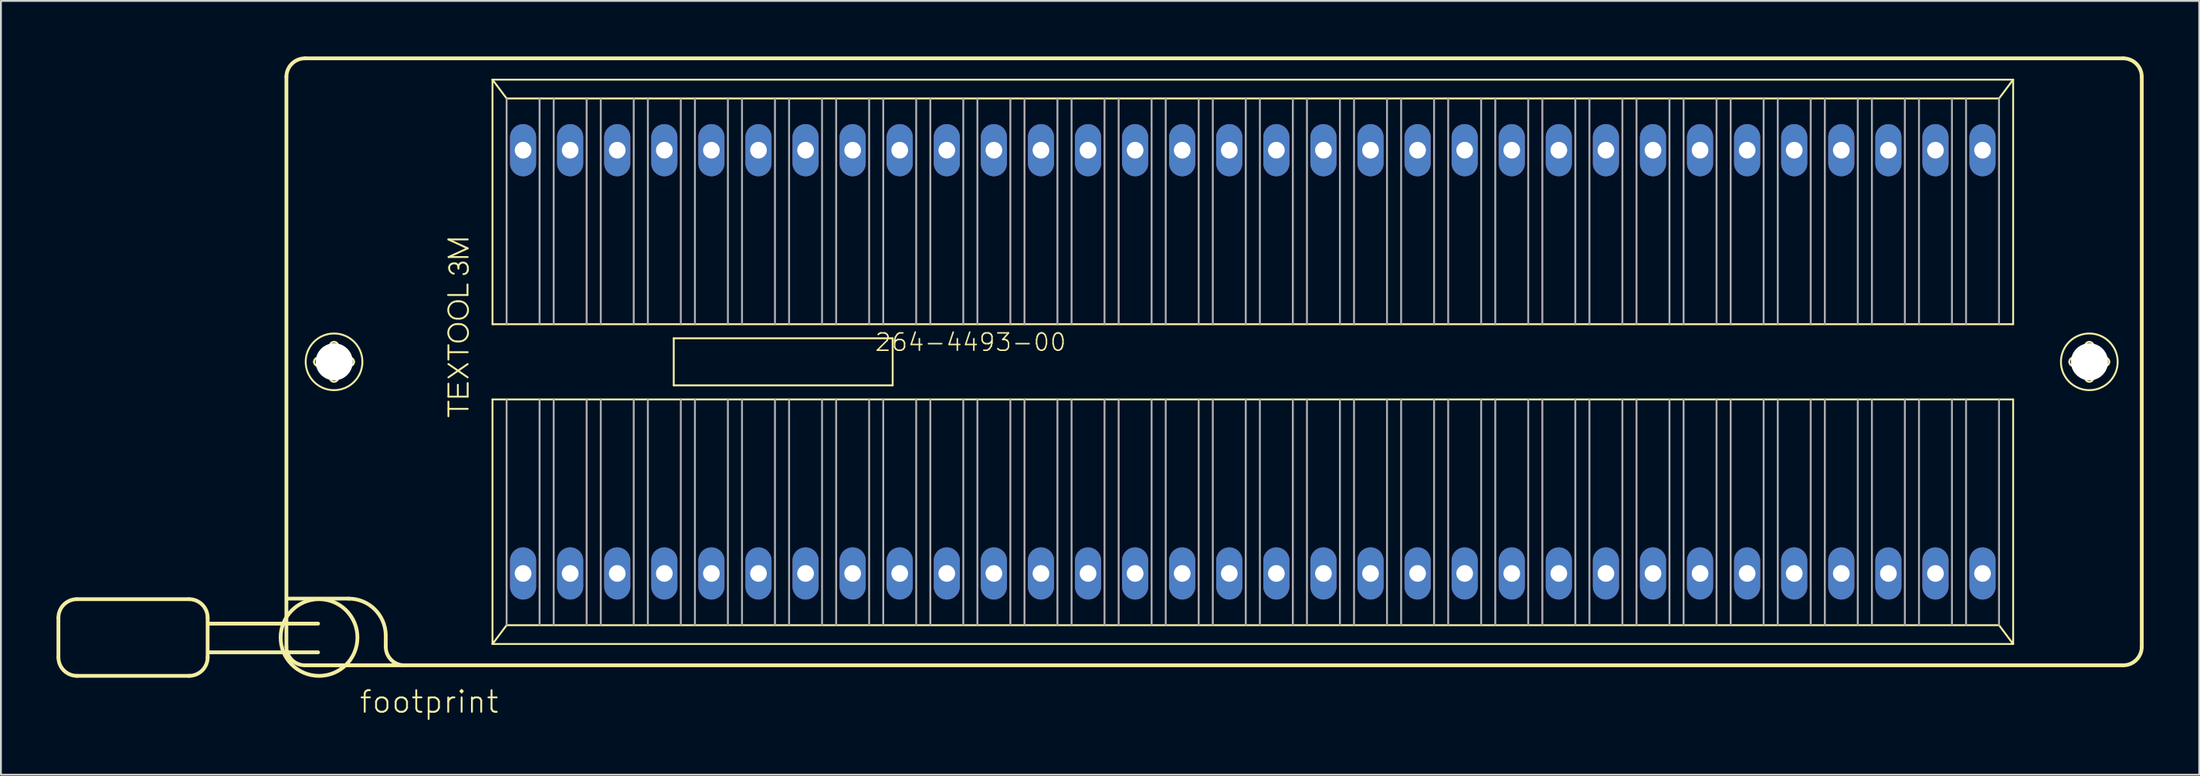
<source format=kicad_pcb>
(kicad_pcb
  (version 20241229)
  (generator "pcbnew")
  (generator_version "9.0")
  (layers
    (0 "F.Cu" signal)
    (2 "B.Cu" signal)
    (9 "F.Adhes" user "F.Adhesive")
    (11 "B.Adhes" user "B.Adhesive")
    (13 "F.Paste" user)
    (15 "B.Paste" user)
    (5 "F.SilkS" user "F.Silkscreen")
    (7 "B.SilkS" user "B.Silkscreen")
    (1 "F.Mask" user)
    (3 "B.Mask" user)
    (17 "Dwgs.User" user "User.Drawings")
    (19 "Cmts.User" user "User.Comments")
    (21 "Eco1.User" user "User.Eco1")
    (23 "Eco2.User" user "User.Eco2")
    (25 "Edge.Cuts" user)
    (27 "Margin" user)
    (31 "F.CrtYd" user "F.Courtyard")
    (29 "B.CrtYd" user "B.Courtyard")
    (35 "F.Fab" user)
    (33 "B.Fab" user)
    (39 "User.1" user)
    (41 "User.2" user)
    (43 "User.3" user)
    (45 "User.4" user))
  (footprint "footprint"
    (layer "F.Cu")
    (at 64.542 16.492)
    (property "Reference" "footprint" (at -48.26 19.05 0) (layer "F.SilkS") (effects (font (size 1.168 1.168) (thickness 0.102)) (justify left bottom)))
    (fp_line (start -64.44 13.82) (end -64.44 15.96) (stroke (width 0.203) (type solid)) (layer "F.SilkS"))
    (fp_line (start -63.44 12.82) (end -57.39 12.82) (stroke (width 0.203) (type solid)) (layer "F.SilkS"))
    (fp_line (start -57.39 16.96) (end -63.44 16.96) (stroke (width 0.203) (type solid)) (layer "F.SilkS"))
    (fp_line (start -56.39 13.82) (end -56.39 15.96) (stroke (width 0.203) (type solid)) (layer "F.SilkS"))
    (fp_line (start -52.14 15.39) (end -52.14 -15.39) (stroke (width 0.203) (type solid)) (layer "F.SilkS"))
    (fp_line (start -52.03 12.79) (end -48.78 12.79) (stroke (width 0.203) (type solid)) (layer "F.SilkS"))
    (fp_line (start -51.14 -16.39) (end 46.96 -16.39) (stroke (width 0.203) (type solid)) (layer "F.SilkS"))
    (fp_line (start -50.43 14.14) (end -56.34 14.14) (stroke (width 0.203) (type solid)) (layer "F.SilkS"))
    (fp_line (start -50.43 15.69) (end -56.34 15.69) (stroke (width 0.203) (type solid)) (layer "F.SilkS"))
    (fp_line (start -50.42 -0.23) (end -49.87 -0.23) (stroke (width 0.102) (type solid)) (layer "F.SilkS"))
    (fp_line (start -49.88 0.23) (end -50.42 0.23) (stroke (width 0.102) (type solid)) (layer "F.SilkS"))
    (fp_line (start -49.8 -0.31) (end -49.8 -0.85) (stroke (width 0.102) (type solid)) (layer "F.SilkS"))
    (fp_line (start -49.8 0.85) (end -49.8 0.3) (stroke (width 0.102) (type solid)) (layer "F.SilkS"))
    (fp_line (start -49.34 -0.85) (end -49.34 -0.3) (stroke (width 0.102) (type solid)) (layer "F.SilkS"))
    (fp_line (start -49.34 0.31) (end -49.34 0.85) (stroke (width 0.102) (type solid)) (layer "F.SilkS"))
    (fp_line (start -49.26 -0.23) (end -48.72 -0.23) (stroke (width 0.102) (type solid)) (layer "F.SilkS"))
    (fp_line (start -48.72 0.23) (end -49.27 0.23) (stroke (width 0.102) (type solid)) (layer "F.SilkS"))
    (fp_line (start -46.78 14.74) (end -46.78 15.39) (stroke (width 0.203) (type solid)) (layer "F.SilkS"))
    (fp_line (start -43.42 -3.61) (end -42.37 -3.61) (stroke (width 0.102) (type solid)) (layer "F.SilkS"))
    (fp_line (start -43.4 -6.61) (end -42.36 -6.61) (stroke (width 0.102) (type solid)) (layer "F.SilkS"))
    (fp_line (start -43.4 -0.12) (end -43.4 -0.9) (stroke (width 0.102) (type solid)) (layer "F.SilkS"))
    (fp_line (start -43.4 0.12) (end -42.36 0.84) (stroke (width 0.102) (type solid)) (layer "F.SilkS"))
    (fp_line (start -43.4 0.84) (end -42.36 0.12) (stroke (width 0.102) (type solid)) (layer "F.SilkS"))
    (fp_line (start -43.4 1.18) (end -43.4 1.88) (stroke (width 0.102) (type solid)) (layer "F.SilkS"))
    (fp_line (start -43.4 1.88) (end -42.36 1.88) (stroke (width 0.102) (type solid)) (layer "F.SilkS"))
    (fp_line (start -43.4 2.94) (end -43.4 2.15) (stroke (width 0.102) (type solid)) (layer "F.SilkS"))
    (fp_line (start -43.39 -5.66) (end -42.36 -6.13) (stroke (width 0.102) (type solid)) (layer "F.SilkS"))
    (fp_line (start -43.39 2.54) (end -42.36 2.54) (stroke (width 0.102) (type solid)) (layer "F.SilkS"))
    (fp_line (start -43.38 -0.52) (end -42.36 -0.52) (stroke (width 0.102) (type solid)) (layer "F.SilkS"))
    (fp_line (start -42.94 -3.27) (end -42.81 -3.27) (stroke (width 0.102) (type solid)) (layer "F.SilkS"))
    (fp_line (start -42.94 -2.33) (end -42.81 -2.33) (stroke (width 0.102) (type solid)) (layer "F.SilkS"))
    (fp_line (start -42.94 -2.04) (end -42.81 -2.04) (stroke (width 0.102) (type solid)) (layer "F.SilkS"))
    (fp_line (start -42.94 -1.1) (end -42.81 -1.1) (stroke (width 0.102) (type solid)) (layer "F.SilkS"))
    (fp_line (start -42.89 1.24) (end -42.89 1.84) (stroke (width 0.102) (type solid)) (layer "F.SilkS"))
    (fp_line (start -42.86 -5.03) (end -42.86 -5.12) (stroke (width 0.102) (type solid)) (layer "F.SilkS"))
    (fp_line (start -42.37 -3.61) (end -42.37 -4.18) (stroke (width 0.102) (type solid)) (layer "F.SilkS"))
    (fp_line (start -42.36 -6.13) (end -43.4 -6.61) (stroke (width 0.102) (type solid)) (layer "F.SilkS"))
    (fp_line (start -42.36 -5.66) (end -43.39 -5.66) (stroke (width 0.102) (type solid)) (layer "F.SilkS"))
    (fp_line (start -42.36 1.88) (end -42.36 1.15) (stroke (width 0.102) (type solid)) (layer "F.SilkS"))
    (fp_line (start -41.021 -15.24) (end 41.021 -15.24) (stroke (width 0.102) (type solid)) (layer "F.SilkS"))
    (fp_line (start -41.021 -2.032) (end -41.021 -15.24) (stroke (width 0.102) (type solid)) (layer "F.SilkS"))
    (fp_line (start -41.021 2.032) (end 41.021 2.032) (stroke (width 0.102) (type solid)) (layer "F.SilkS"))
    (fp_line (start -41.021 15.24) (end -41.021 2.032) (stroke (width 0.102) (type solid)) (layer "F.SilkS"))
    (fp_line (start -41.021 15.24) (end -40.259 14.224) (stroke (width 0.102) (type solid)) (layer "F.SilkS"))
    (fp_line (start -40.259 -14.224) (end -41.021 -15.24) (stroke (width 0.102) (type solid)) (layer "F.SilkS"))
    (fp_line (start -40.259 14.224) (end 40.259 14.224) (stroke (width 0.102) (type solid)) (layer "F.SilkS"))
    (fp_line (start -31.242 -1.27) (end -19.431 -1.27) (stroke (width 0.102) (type solid)) (layer "F.SilkS"))
    (fp_line (start -31.242 1.27) (end -31.242 -1.27) (stroke (width 0.102) (type solid)) (layer "F.SilkS"))
    (fp_line (start -19.431 -1.27) (end -19.431 1.27) (stroke (width 0.102) (type solid)) (layer "F.SilkS"))
    (fp_line (start -19.431 1.27) (end -31.242 1.27) (stroke (width 0.102) (type solid)) (layer "F.SilkS"))
    (fp_line (start 40.259 -14.224) (end -40.259 -14.224) (stroke (width 0.102) (type solid)) (layer "F.SilkS"))
    (fp_line (start 40.259 14.224) (end 41.021 15.24) (stroke (width 0.102) (type solid)) (layer "F.SilkS"))
    (fp_line (start 41.021 -15.24) (end 40.259 -14.224) (stroke (width 0.102) (type solid)) (layer "F.SilkS"))
    (fp_line (start 41.021 -15.24) (end 41.021 -2.032) (stroke (width 0.102) (type solid)) (layer "F.SilkS"))
    (fp_line (start 41.021 -2.032) (end -41.021 -2.032) (stroke (width 0.102) (type solid)) (layer "F.SilkS"))
    (fp_line (start 41.021 2.032) (end 41.021 15.24) (stroke (width 0.102) (type solid)) (layer "F.SilkS"))
    (fp_line (start 41.021 15.24) (end -41.021 15.24) (stroke (width 0.102) (type solid)) (layer "F.SilkS"))
    (fp_line (start 44.28 -0.23) (end 44.83 -0.23) (stroke (width 0.102) (type solid)) (layer "F.SilkS"))
    (fp_line (start 44.82 0.23) (end 44.28 0.23) (stroke (width 0.102) (type solid)) (layer "F.SilkS"))
    (fp_line (start 44.9 -0.31) (end 44.9 -0.85) (stroke (width 0.102) (type solid)) (layer "F.SilkS"))
    (fp_line (start 44.9 0.85) (end 44.9 0.3) (stroke (width 0.102) (type solid)) (layer "F.SilkS"))
    (fp_line (start 45.36 -0.85) (end 45.36 -0.3) (stroke (width 0.102) (type solid)) (layer "F.SilkS"))
    (fp_line (start 45.36 0.31) (end 45.36 0.85) (stroke (width 0.102) (type solid)) (layer "F.SilkS"))
    (fp_line (start 45.44 -0.23) (end 45.98 -0.23) (stroke (width 0.102) (type solid)) (layer "F.SilkS"))
    (fp_line (start 45.98 0.23) (end 45.43 0.23) (stroke (width 0.102) (type solid)) (layer "F.SilkS"))
    (fp_line (start 46.96 16.39) (end -51.14 16.39) (stroke (width 0.203) (type solid)) (layer "F.SilkS"))
    (fp_line (start 47.96 -15.39) (end 47.96 15.39) (stroke (width 0.203) (type solid)) (layer "F.SilkS"))
    (fp_arc (start -64.44 13.82) (mid -64.147107 13.112893) (end -63.44 12.82) (stroke (width 0.2032) (type solid)) (layer "F.SilkS"))
    (fp_arc (start -63.44 16.96) (mid -64.147107 16.667107) (end -64.44 15.96) (stroke (width 0.2032) (type solid)) (layer "F.SilkS"))
    (fp_arc (start -57.39 12.82) (mid -56.682893 13.112893) (end -56.39 13.82) (stroke (width 0.2032) (type solid)) (layer "F.SilkS"))
    (fp_arc (start -56.39 15.96) (mid -56.682893 16.667107) (end -57.39 16.96) (stroke (width 0.2032) (type solid)) (layer "F.SilkS"))
    (fp_arc (start -52.14 -15.39) (mid -51.847107 -16.097107) (end -51.14 -16.39) (stroke (width 0.2032) (type solid)) (layer "F.SilkS"))
    (fp_arc (start -51.14 16.39) (mid -51.847107 16.097107) (end -52.14 15.39) (stroke (width 0.2032) (type solid)) (layer "F.SilkS"))
    (fp_arc (start -50.65 0) (mid -50.582635 -0.162635) (end -50.42 -0.23) (stroke (width 0.1016) (type solid)) (layer "F.SilkS"))
    (fp_arc (start -50.42 0.23) (mid -50.582635 0.162635) (end -50.65 0) (stroke (width 0.1016) (type solid)) (layer "F.SilkS"))
    (fp_arc (start -49.88 0.23) (mid -49.830503 0.250503) (end -49.81 0.3) (stroke (width 0.1016) (type solid)) (layer "F.SilkS"))
    (fp_arc (start -49.8 -0.85) (mid -49.732635 -1.012635) (end -49.57 -1.08) (stroke (width 0.1016) (type solid)) (layer "F.SilkS"))
    (fp_arc (start -49.8 -0.3) (mid -49.820503 -0.250503) (end -49.87 -0.23) (stroke (width 0.1016) (type solid)) (layer "F.SilkS"))
    (fp_arc (start -49.57 -1.08) (mid -49.407365 -1.012635) (end -49.34 -0.85) (stroke (width 0.1016) (type solid)) (layer "F.SilkS"))
    (fp_arc (start -49.57 1.08) (mid -49.732635 1.012635) (end -49.8 0.85) (stroke (width 0.1016) (type solid)) (layer "F.SilkS"))
    (fp_arc (start -49.34 0.3) (mid -49.319497 0.250503) (end -49.27 0.23) (stroke (width 0.1016) (type solid)) (layer "F.SilkS"))
    (fp_arc (start -49.34 0.85) (mid -49.407365 1.012635) (end -49.57 1.08) (stroke (width 0.1016) (type solid)) (layer "F.SilkS"))
    (fp_arc (start -49.27 -0.23) (mid -49.319497 -0.250503) (end -49.34 -0.3) (stroke (width 0.1016) (type solid)) (layer "F.SilkS"))
    (fp_arc (start -48.78 12.79) (mid -47.383341 13.358169) (end -46.78 14.739998) (stroke (width 0.2032) (type solid)) (layer "F.SilkS"))
    (fp_arc (start -48.72 -0.23) (mid -48.557365 -0.162635) (end -48.49 0) (stroke (width 0.1016) (type solid)) (layer "F.SilkS"))
    (fp_arc (start -48.49 0) (mid -48.557365 0.162635) (end -48.72 0.23) (stroke (width 0.1016) (type solid)) (layer "F.SilkS"))
    (fp_arc (start -45.729998 16.389999) (mid -46.469284 16.115) (end -46.78 15.39) (stroke (width 0.2032) (type solid)) (layer "F.SilkS"))
    (fp_arc (start -43.36 -5.109999) (mid -43.324621 -5.207696) (end -43.25 -5.28) (stroke (width 0.1016) (type solid)) (layer "F.SilkS"))
    (fp_arc (start -43.25 -5.28) (mid -43.117382 -5.322157) (end -42.98 -5.3) (stroke (width 0.1016) (type solid)) (layer "F.SilkS"))
    (fp_arc (start -43.110001 -4.759999) (mid -43.30297 -4.88645) (end -43.36 -5.11) (stroke (width 0.1016) (type solid)) (layer "F.SilkS"))
    (fp_arc (start -42.980001 -5.299999) (mid -42.892751 -5.228166) (end -42.86 -5.12) (stroke (width 0.1016) (type solid)) (layer "F.SilkS"))
    (fp_arc (start -42.94 -2.33) (mid -43.41 -2.8) (end -42.94 -3.27) (stroke (width 0.1016) (type solid)) (layer "F.SilkS"))
    (fp_arc (start -42.94 -1.1) (mid -43.41 -1.57) (end -42.94 -2.04) (stroke (width 0.1016) (type solid)) (layer "F.SilkS"))
    (fp_arc (start -42.86 -5.12) (mid -42.82789 -5.240938) (end -42.739999 -5.330001) (stroke (width 0.1016) (type solid)) (layer "F.SilkS"))
    (fp_arc (start -42.81 -3.27) (mid -42.34 -2.8) (end -42.81 -2.33) (stroke (width 0.1016) (type solid)) (layer "F.SilkS"))
    (fp_arc (start -42.81 -2.04) (mid -42.34 -1.57) (end -42.81 -1.1) (stroke (width 0.1016) (type solid)) (layer "F.SilkS"))
    (fp_arc (start -42.74 -5.33) (mid -42.596885 -5.363595) (end -42.459999 -5.309999) (stroke (width 0.1016) (type solid)) (layer "F.SilkS"))
    (fp_arc (start -42.46 -5.31) (mid -42.385084 -5.220954) (end -42.35 -5.110001) (stroke (width 0.1016) (type solid)) (layer "F.SilkS"))
    (fp_arc (start -42.36 -4.92) (mid -42.442524 -4.788503) (end -42.59 -4.740001) (stroke (width 0.1016) (type solid)) (layer "F.SilkS"))
    (fp_arc (start -42.35 -5.11) (mid -42.347277 -5.014593) (end -42.36 -4.92) (stroke (width 0.1016) (type solid)) (layer "F.SilkS"))
    (fp_arc (start 44.05 0) (mid 44.117365 -0.162635) (end 44.28 -0.23) (stroke (width 0.1016) (type solid)) (layer "F.SilkS"))
    (fp_arc (start 44.28 0.23) (mid 44.117365 0.162635) (end 44.05 0) (stroke (width 0.1016) (type solid)) (layer "F.SilkS"))
    (fp_arc (start 44.82 0.23) (mid 44.869497 0.250503) (end 44.89 0.3) (stroke (width 0.1016) (type solid)) (layer "F.SilkS"))
    (fp_arc (start 44.9 -0.85) (mid 44.967365 -1.012635) (end 45.13 -1.08) (stroke (width 0.1016) (type solid)) (layer "F.SilkS"))
    (fp_arc (start 44.9 -0.3) (mid 44.879497 -0.250503) (end 44.83 -0.23) (stroke (width 0.1016) (type solid)) (layer "F.SilkS"))
    (fp_arc (start 45.13 -1.08) (mid 45.292635 -1.012635) (end 45.36 -0.85) (stroke (width 0.1016) (type solid)) (layer "F.SilkS"))
    (fp_arc (start 45.13 1.08) (mid 44.967365 1.012635) (end 44.9 0.85) (stroke (width 0.1016) (type solid)) (layer "F.SilkS"))
    (fp_arc (start 45.36 0.3) (mid 45.380503 0.250503) (end 45.43 0.23) (stroke (width 0.1016) (type solid)) (layer "F.SilkS"))
    (fp_arc (start 45.36 0.85) (mid 45.292635 1.012635) (end 45.13 1.08) (stroke (width 0.1016) (type solid)) (layer "F.SilkS"))
    (fp_arc (start 45.43 -0.23) (mid 45.380503 -0.250503) (end 45.36 -0.3) (stroke (width 0.1016) (type solid)) (layer "F.SilkS"))
    (fp_arc (start 45.98 -0.23) (mid 46.142635 -0.162635) (end 46.21 0) (stroke (width 0.1016) (type solid)) (layer "F.SilkS"))
    (fp_arc (start 46.21 0) (mid 46.142635 0.162635) (end 45.98 0.23) (stroke (width 0.1016) (type solid)) (layer "F.SilkS"))
    (fp_arc (start 46.96 -16.39) (mid 47.667107 -16.097107) (end 47.96 -15.39) (stroke (width 0.2032) (type solid)) (layer "F.SilkS"))
    (fp_arc (start 47.96 15.39) (mid 47.667107 16.097107) (end 46.96 16.39) (stroke (width 0.2032) (type solid)) (layer "F.SilkS"))
    (fp_circle (center -50.38 14.89) (end -48.308 14.89) (stroke (width 0.203) (type solid)) (fill no) (layer "F.SilkS"))
    (fp_circle (center -49.57 0) (end -48.04 0) (stroke (width 0.102) (type solid)) (fill no) (layer "F.SilkS"))
    (fp_circle (center 45.13 0) (end 46.66 0) (stroke (width 0.102) (type solid)) (fill no) (layer "F.SilkS"))
    (fp_line (start -40.259 -14.224) (end -40.259 -2.032) (stroke (width 0.102) (type solid)) (layer "F.Fab"))
    (fp_line (start -40.259 2.032) (end -40.259 14.224) (stroke (width 0.102) (type solid)) (layer "F.Fab"))
    (fp_line (start -38.481 -2.032) (end -38.481 -14.224) (stroke (width 0.102) (type solid)) (layer "F.Fab"))
    (fp_line (start -38.481 2.032) (end -38.481 14.224) (stroke (width 0.102) (type solid)) (layer "F.Fab"))
    (fp_line (start -37.719 -2.032) (end -37.719 -14.224) (stroke (width 0.102) (type solid)) (layer "F.Fab"))
    (fp_line (start -37.719 2.032) (end -37.719 14.224) (stroke (width 0.102) (type solid)) (layer "F.Fab"))
    (fp_line (start -35.941 -2.032) (end -35.941 -14.224) (stroke (width 0.102) (type solid)) (layer "F.Fab"))
    (fp_line (start -35.941 2.032) (end -35.941 14.224) (stroke (width 0.102) (type solid)) (layer "F.Fab"))
    (fp_line (start -35.179 -2.032) (end -35.179 -14.224) (stroke (width 0.102) (type solid)) (layer "F.Fab"))
    (fp_line (start -35.179 2.032) (end -35.179 14.224) (stroke (width 0.102) (type solid)) (layer "F.Fab"))
    (fp_line (start -33.401 -2.032) (end -33.401 -14.224) (stroke (width 0.102) (type solid)) (layer "F.Fab"))
    (fp_line (start -33.401 2.032) (end -33.401 14.224) (stroke (width 0.102) (type solid)) (layer "F.Fab"))
    (fp_line (start -32.639 -2.032) (end -32.639 -14.224) (stroke (width 0.102) (type solid)) (layer "F.Fab"))
    (fp_line (start -32.639 2.032) (end -32.639 14.224) (stroke (width 0.102) (type solid)) (layer "F.Fab"))
    (fp_line (start -30.861 -2.032) (end -30.861 -14.224) (stroke (width 0.102) (type solid)) (layer "F.Fab"))
    (fp_line (start -30.861 2.032) (end -30.861 14.224) (stroke (width 0.102) (type solid)) (layer "F.Fab"))
    (fp_line (start -30.099 -2.032) (end -30.099 -14.224) (stroke (width 0.102) (type solid)) (layer "F.Fab"))
    (fp_line (start -30.099 2.032) (end -30.099 14.224) (stroke (width 0.102) (type solid)) (layer "F.Fab"))
    (fp_line (start -28.321 -2.032) (end -28.321 -14.224) (stroke (width 0.102) (type solid)) (layer "F.Fab"))
    (fp_line (start -28.321 2.032) (end -28.321 14.224) (stroke (width 0.102) (type solid)) (layer "F.Fab"))
    (fp_line (start -27.559 -2.032) (end -27.559 -14.224) (stroke (width 0.102) (type solid)) (layer "F.Fab"))
    (fp_line (start -27.559 2.032) (end -27.559 14.224) (stroke (width 0.102) (type solid)) (layer "F.Fab"))
    (fp_line (start -25.781 -2.032) (end -25.781 -14.224) (stroke (width 0.102) (type solid)) (layer "F.Fab"))
    (fp_line (start -25.781 2.032) (end -25.781 14.224) (stroke (width 0.102) (type solid)) (layer "F.Fab"))
    (fp_line (start -25.019 -2.032) (end -25.019 -14.224) (stroke (width 0.102) (type solid)) (layer "F.Fab"))
    (fp_line (start -25.019 2.032) (end -25.019 14.224) (stroke (width 0.102) (type solid)) (layer "F.Fab"))
    (fp_line (start -23.241 -2.032) (end -23.241 -14.224) (stroke (width 0.102) (type solid)) (layer "F.Fab"))
    (fp_line (start -23.241 2.032) (end -23.241 14.224) (stroke (width 0.102) (type solid)) (layer "F.Fab"))
    (fp_line (start -22.479 -2.032) (end -22.479 -14.224) (stroke (width 0.102) (type solid)) (layer "F.Fab"))
    (fp_line (start -22.479 2.032) (end -22.479 14.224) (stroke (width 0.102) (type solid)) (layer "F.Fab"))
    (fp_line (start -20.701 -2.032) (end -20.701 -14.224) (stroke (width 0.102) (type solid)) (layer "F.Fab"))
    (fp_line (start -20.701 2.032) (end -20.701 14.224) (stroke (width 0.102) (type solid)) (layer "F.Fab"))
    (fp_line (start -19.939 -2.032) (end -19.939 -14.224) (stroke (width 0.102) (type solid)) (layer "F.Fab"))
    (fp_line (start -19.939 2.032) (end -19.939 14.224) (stroke (width 0.102) (type solid)) (layer "F.Fab"))
    (fp_line (start -18.161 -2.032) (end -18.161 -14.224) (stroke (width 0.102) (type solid)) (layer "F.Fab"))
    (fp_line (start -18.161 2.032) (end -18.161 14.224) (stroke (width 0.102) (type solid)) (layer "F.Fab"))
    (fp_line (start -17.399 -2.032) (end -17.399 -14.224) (stroke (width 0.102) (type solid)) (layer "F.Fab"))
    (fp_line (start -17.399 2.032) (end -17.399 14.224) (stroke (width 0.102) (type solid)) (layer "F.Fab"))
    (fp_line (start -15.621 -2.032) (end -15.621 -14.224) (stroke (width 0.102) (type solid)) (layer "F.Fab"))
    (fp_line (start -15.621 2.032) (end -15.621 14.224) (stroke (width 0.102) (type solid)) (layer "F.Fab"))
    (fp_line (start -14.859 -2.032) (end -14.859 -14.224) (stroke (width 0.102) (type solid)) (layer "F.Fab"))
    (fp_line (start -14.859 2.032) (end -14.859 14.224) (stroke (width 0.102) (type solid)) (layer "F.Fab"))
    (fp_line (start -13.081 -2.032) (end -13.081 -14.224) (stroke (width 0.102) (type solid)) (layer "F.Fab"))
    (fp_line (start -13.081 2.032) (end -13.081 14.224) (stroke (width 0.102) (type solid)) (layer "F.Fab"))
    (fp_line (start -12.319 -2.032) (end -12.319 -14.224) (stroke (width 0.102) (type solid)) (layer "F.Fab"))
    (fp_line (start -12.319 2.032) (end -12.319 14.224) (stroke (width 0.102) (type solid)) (layer "F.Fab"))
    (fp_line (start -10.541 -2.032) (end -10.541 -14.224) (stroke (width 0.102) (type solid)) (layer "F.Fab"))
    (fp_line (start -10.541 2.032) (end -10.541 14.224) (stroke (width 0.102) (type solid)) (layer "F.Fab"))
    (fp_line (start -9.779 -2.032) (end -9.779 -14.224) (stroke (width 0.102) (type solid)) (layer "F.Fab"))
    (fp_line (start -9.779 2.032) (end -9.779 14.224) (stroke (width 0.102) (type solid)) (layer "F.Fab"))
    (fp_line (start -8.001 -2.032) (end -8.001 -14.224) (stroke (width 0.102) (type solid)) (layer "F.Fab"))
    (fp_line (start -8.001 2.032) (end -8.001 14.224) (stroke (width 0.102) (type solid)) (layer "F.Fab"))
    (fp_line (start -7.239 -2.032) (end -7.239 -14.224) (stroke (width 0.102) (type solid)) (layer "F.Fab"))
    (fp_line (start -7.239 2.032) (end -7.239 14.224) (stroke (width 0.102) (type solid)) (layer "F.Fab"))
    (fp_line (start -5.461 -2.032) (end -5.461 -14.224) (stroke (width 0.102) (type solid)) (layer "F.Fab"))
    (fp_line (start -5.461 2.032) (end -5.461 14.224) (stroke (width 0.102) (type solid)) (layer "F.Fab"))
    (fp_line (start -4.699 -2.032) (end -4.699 -14.224) (stroke (width 0.102) (type solid)) (layer "F.Fab"))
    (fp_line (start -4.699 2.032) (end -4.699 14.224) (stroke (width 0.102) (type solid)) (layer "F.Fab"))
    (fp_line (start -2.921 -2.032) (end -2.921 -14.224) (stroke (width 0.102) (type solid)) (layer "F.Fab"))
    (fp_line (start -2.921 2.032) (end -2.921 14.224) (stroke (width 0.102) (type solid)) (layer "F.Fab"))
    (fp_line (start -2.159 -2.032) (end -2.159 -14.224) (stroke (width 0.102) (type solid)) (layer "F.Fab"))
    (fp_line (start -2.159 2.032) (end -2.159 14.224) (stroke (width 0.102) (type solid)) (layer "F.Fab"))
    (fp_line (start -0.381 -2.032) (end -0.381 -14.224) (stroke (width 0.102) (type solid)) (layer "F.Fab"))
    (fp_line (start -0.381 2.032) (end -0.381 14.224) (stroke (width 0.102) (type solid)) (layer "F.Fab"))
    (fp_line (start 0.381 -2.032) (end 0.381 -14.224) (stroke (width 0.102) (type solid)) (layer "F.Fab"))
    (fp_line (start 0.381 2.032) (end 0.381 14.224) (stroke (width 0.102) (type solid)) (layer "F.Fab"))
    (fp_line (start 2.159 -2.032) (end 2.159 -14.224) (stroke (width 0.102) (type solid)) (layer "F.Fab"))
    (fp_line (start 2.159 2.032) (end 2.159 14.224) (stroke (width 0.102) (type solid)) (layer "F.Fab"))
    (fp_line (start 2.921 -2.032) (end 2.921 -14.224) (stroke (width 0.102) (type solid)) (layer "F.Fab"))
    (fp_line (start 2.921 2.032) (end 2.921 14.224) (stroke (width 0.102) (type solid)) (layer "F.Fab"))
    (fp_line (start 4.699 -2.032) (end 4.699 -14.224) (stroke (width 0.102) (type solid)) (layer "F.Fab"))
    (fp_line (start 4.699 2.032) (end 4.699 14.224) (stroke (width 0.102) (type solid)) (layer "F.Fab"))
    (fp_line (start 5.461 -2.032) (end 5.461 -14.224) (stroke (width 0.102) (type solid)) (layer "F.Fab"))
    (fp_line (start 5.461 2.032) (end 5.461 14.224) (stroke (width 0.102) (type solid)) (layer "F.Fab"))
    (fp_line (start 7.239 -2.032) (end 7.239 -14.224) (stroke (width 0.102) (type solid)) (layer "F.Fab"))
    (fp_line (start 7.239 2.032) (end 7.239 14.224) (stroke (width 0.102) (type solid)) (layer "F.Fab"))
    (fp_line (start 8.001 -2.032) (end 8.001 -14.224) (stroke (width 0.102) (type solid)) (layer "F.Fab"))
    (fp_line (start 8.001 2.032) (end 8.001 14.224) (stroke (width 0.102) (type solid)) (layer "F.Fab"))
    (fp_line (start 9.779 -2.032) (end 9.779 -14.224) (stroke (width 0.102) (type solid)) (layer "F.Fab"))
    (fp_line (start 9.779 2.032) (end 9.779 14.224) (stroke (width 0.102) (type solid)) (layer "F.Fab"))
    (fp_line (start 10.541 -2.032) (end 10.541 -14.224) (stroke (width 0.102) (type solid)) (layer "F.Fab"))
    (fp_line (start 10.541 2.032) (end 10.541 14.224) (stroke (width 0.102) (type solid)) (layer "F.Fab"))
    (fp_line (start 12.319 -2.032) (end 12.319 -14.224) (stroke (width 0.102) (type solid)) (layer "F.Fab"))
    (fp_line (start 12.319 2.032) (end 12.319 14.224) (stroke (width 0.102) (type solid)) (layer "F.Fab"))
    (fp_line (start 13.081 -2.032) (end 13.081 -14.224) (stroke (width 0.102) (type solid)) (layer "F.Fab"))
    (fp_line (start 13.081 2.032) (end 13.081 14.224) (stroke (width 0.102) (type solid)) (layer "F.Fab"))
    (fp_line (start 14.859 -2.032) (end 14.859 -14.224) (stroke (width 0.102) (type solid)) (layer "F.Fab"))
    (fp_line (start 14.859 2.032) (end 14.859 14.224) (stroke (width 0.102) (type solid)) (layer "F.Fab"))
    (fp_line (start 15.621 -2.032) (end 15.621 -14.224) (stroke (width 0.102) (type solid)) (layer "F.Fab"))
    (fp_line (start 15.621 2.032) (end 15.621 14.224) (stroke (width 0.102) (type solid)) (layer "F.Fab"))
    (fp_line (start 17.399 -2.032) (end 17.399 -14.224) (stroke (width 0.102) (type solid)) (layer "F.Fab"))
    (fp_line (start 17.399 2.032) (end 17.399 14.224) (stroke (width 0.102) (type solid)) (layer "F.Fab"))
    (fp_line (start 18.161 -2.032) (end 18.161 -14.224) (stroke (width 0.102) (type solid)) (layer "F.Fab"))
    (fp_line (start 18.161 2.032) (end 18.161 14.224) (stroke (width 0.102) (type solid)) (layer "F.Fab"))
    (fp_line (start 19.939 -2.032) (end 19.939 -14.224) (stroke (width 0.102) (type solid)) (layer "F.Fab"))
    (fp_line (start 19.939 2.032) (end 19.939 14.224) (stroke (width 0.102) (type solid)) (layer "F.Fab"))
    (fp_line (start 20.701 -2.032) (end 20.701 -14.224) (stroke (width 0.102) (type solid)) (layer "F.Fab"))
    (fp_line (start 20.701 2.032) (end 20.701 14.224) (stroke (width 0.102) (type solid)) (layer "F.Fab"))
    (fp_line (start 22.479 -2.032) (end 22.479 -14.224) (stroke (width 0.102) (type solid)) (layer "F.Fab"))
    (fp_line (start 22.479 2.032) (end 22.479 14.224) (stroke (width 0.102) (type solid)) (layer "F.Fab"))
    (fp_line (start 23.241 -2.032) (end 23.241 -14.224) (stroke (width 0.102) (type solid)) (layer "F.Fab"))
    (fp_line (start 23.241 2.032) (end 23.241 14.224) (stroke (width 0.102) (type solid)) (layer "F.Fab"))
    (fp_line (start 25.019 -2.032) (end 25.019 -14.224) (stroke (width 0.102) (type solid)) (layer "F.Fab"))
    (fp_line (start 25.019 2.032) (end 25.019 14.224) (stroke (width 0.102) (type solid)) (layer "F.Fab"))
    (fp_line (start 25.781 -2.032) (end 25.781 -14.224) (stroke (width 0.102) (type solid)) (layer "F.Fab"))
    (fp_line (start 25.781 2.032) (end 25.781 14.224) (stroke (width 0.102) (type solid)) (layer "F.Fab"))
    (fp_line (start 27.559 -2.032) (end 27.559 -14.224) (stroke (width 0.102) (type solid)) (layer "F.Fab"))
    (fp_line (start 27.559 2.032) (end 27.559 14.224) (stroke (width 0.102) (type solid)) (layer "F.Fab"))
    (fp_line (start 28.321 -2.032) (end 28.321 -14.224) (stroke (width 0.102) (type solid)) (layer "F.Fab"))
    (fp_line (start 28.321 2.032) (end 28.321 14.224) (stroke (width 0.102) (type solid)) (layer "F.Fab"))
    (fp_line (start 30.099 -2.032) (end 30.099 -14.224) (stroke (width 0.102) (type solid)) (layer "F.Fab"))
    (fp_line (start 30.099 2.032) (end 30.099 14.224) (stroke (width 0.102) (type solid)) (layer "F.Fab"))
    (fp_line (start 30.861 -2.032) (end 30.861 -14.224) (stroke (width 0.102) (type solid)) (layer "F.Fab"))
    (fp_line (start 30.861 2.032) (end 30.861 14.224) (stroke (width 0.102) (type solid)) (layer "F.Fab"))
    (fp_line (start 32.639 -2.032) (end 32.639 -14.224) (stroke (width 0.102) (type solid)) (layer "F.Fab"))
    (fp_line (start 32.639 2.032) (end 32.639 14.224) (stroke (width 0.102) (type solid)) (layer "F.Fab"))
    (fp_line (start 33.401 -2.032) (end 33.401 -14.224) (stroke (width 0.102) (type solid)) (layer "F.Fab"))
    (fp_line (start 33.401 2.032) (end 33.401 14.224) (stroke (width 0.102) (type solid)) (layer "F.Fab"))
    (fp_line (start 35.179 -2.032) (end 35.179 -14.224) (stroke (width 0.102) (type solid)) (layer "F.Fab"))
    (fp_line (start 35.179 2.032) (end 35.179 14.224) (stroke (width 0.102) (type solid)) (layer "F.Fab"))
    (fp_line (start 35.941 -2.032) (end 35.941 -14.224) (stroke (width 0.102) (type solid)) (layer "F.Fab"))
    (fp_line (start 35.941 2.032) (end 35.941 14.224) (stroke (width 0.102) (type solid)) (layer "F.Fab"))
    (fp_line (start 37.719 -2.032) (end 37.719 -14.224) (stroke (width 0.102) (type solid)) (layer "F.Fab"))
    (fp_line (start 37.719 2.032) (end 37.719 14.224) (stroke (width 0.102) (type solid)) (layer "F.Fab"))
    (fp_line (start 38.481 -2.032) (end 38.481 -14.224) (stroke (width 0.102) (type solid)) (layer "F.Fab"))
    (fp_line (start 38.481 2.032) (end 38.481 14.224) (stroke (width 0.102) (type solid)) (layer "F.Fab"))
    (fp_line (start 40.259 -2.032) (end 40.259 -14.224) (stroke (width 0.102) (type solid)) (layer "F.Fab"))
    (fp_line (start 40.259 14.224) (end 40.259 2.032) (stroke (width 0.102) (type solid)) (layer "F.Fab"))
    (fp_text user "264-4493-00" (at -20.447 -0.508 180) (layer "F.SilkS") (effects (font (size 0.935 0.935) (thickness 0.081)) (justify left bottom)))
    (pad "" np_thru_hole circle (at -49.56 0) (size 2 2) (drill 2) (layers "*.Cu" "*.Mask"))
    (pad "" np_thru_hole circle (at 45.14 0) (size 2 2) (drill 2) (layers "*.Cu" "*.Mask"))
    (pad "1" thru_hole oval (at -39.37 11.43 90) (size 2.816 1.408) (drill 0.9) (layers "*.Cu" "*.Mask"))
    (pad "2" thru_hole oval (at -36.83 11.43 90) (size 2.816 1.408) (drill 0.9) (layers "*.Cu" "*.Mask"))
    (pad "3" thru_hole oval (at -34.29 11.43 90) (size 2.816 1.408) (drill 0.9) (layers "*.Cu" "*.Mask"))
    (pad "4" thru_hole oval (at -31.75 11.43 90) (size 2.816 1.408) (drill 0.9) (layers "*.Cu" "*.Mask"))
    (pad "5" thru_hole oval (at -29.21 11.43 90) (size 2.816 1.408) (drill 0.9) (layers "*.Cu" "*.Mask"))
    (pad "6" thru_hole oval (at -26.67 11.43 90) (size 2.816 1.408) (drill 0.9) (layers "*.Cu" "*.Mask"))
    (pad "7" thru_hole oval (at -24.13 11.43 90) (size 2.816 1.408) (drill 0.9) (layers "*.Cu" "*.Mask"))
    (pad "8" thru_hole oval (at -21.59 11.43 90) (size 2.816 1.408) (drill 0.9) (layers "*.Cu" "*.Mask"))
    (pad "9" thru_hole oval (at -19.05 11.43 90) (size 2.816 1.408) (drill 0.9) (layers "*.Cu" "*.Mask"))
    (pad "10" thru_hole oval (at -16.51 11.43 90) (size 2.816 1.408) (drill 0.9) (layers "*.Cu" "*.Mask"))
    (pad "11" thru_hole oval (at -13.97 11.43 90) (size 2.816 1.408) (drill 0.9) (layers "*.Cu" "*.Mask"))
    (pad "12" thru_hole oval (at -11.43 11.43 90) (size 2.816 1.408) (drill 0.9) (layers "*.Cu" "*.Mask"))
    (pad "13" thru_hole oval (at -8.89 11.43 90) (size 2.816 1.408) (drill 0.9) (layers "*.Cu" "*.Mask"))
    (pad "14" thru_hole oval (at -6.35 11.43 90) (size 2.816 1.408) (drill 0.9) (layers "*.Cu" "*.Mask"))
    (pad "15" thru_hole oval (at -3.81 11.43 90) (size 2.816 1.408) (drill 0.9) (layers "*.Cu" "*.Mask"))
    (pad "16" thru_hole oval (at -1.27 11.43 90) (size 2.816 1.408) (drill 0.9) (layers "*.Cu" "*.Mask"))
    (pad "17" thru_hole oval (at 1.27 11.43 90) (size 2.816 1.408) (drill 0.9) (layers "*.Cu" "*.Mask"))
    (pad "18" thru_hole oval (at 3.81 11.43 90) (size 2.816 1.408) (drill 0.9) (layers "*.Cu" "*.Mask"))
    (pad "19" thru_hole oval (at 6.35 11.43 90) (size 2.816 1.408) (drill 0.9) (layers "*.Cu" "*.Mask"))
    (pad "20" thru_hole oval (at 8.89 11.43 90) (size 2.816 1.408) (drill 0.9) (layers "*.Cu" "*.Mask"))
    (pad "21" thru_hole oval (at 11.43 11.43 90) (size 2.816 1.408) (drill 0.9) (layers "*.Cu" "*.Mask"))
    (pad "22" thru_hole oval (at 13.97 11.43 90) (size 2.816 1.408) (drill 0.9) (layers "*.Cu" "*.Mask"))
    (pad "23" thru_hole oval (at 16.51 11.43 90) (size 2.816 1.408) (drill 0.9) (layers "*.Cu" "*.Mask"))
    (pad "24" thru_hole oval (at 19.05 11.43 90) (size 2.816 1.408) (drill 0.9) (layers "*.Cu" "*.Mask"))
    (pad "25" thru_hole oval (at 21.59 11.43 90) (size 2.816 1.408) (drill 0.9) (layers "*.Cu" "*.Mask"))
    (pad "26" thru_hole oval (at 24.13 11.43 90) (size 2.816 1.408) (drill 0.9) (layers "*.Cu" "*.Mask"))
    (pad "27" thru_hole oval (at 26.67 11.43 90) (size 2.816 1.408) (drill 0.9) (layers "*.Cu" "*.Mask"))
    (pad "28" thru_hole oval (at 29.21 11.43 90) (size 2.816 1.408) (drill 0.9) (layers "*.Cu" "*.Mask"))
    (pad "29" thru_hole oval (at 31.75 11.43 90) (size 2.816 1.408) (drill 0.9) (layers "*.Cu" "*.Mask"))
    (pad "30" thru_hole oval (at 34.29 11.43 90) (size 2.816 1.408) (drill 0.9) (layers "*.Cu" "*.Mask"))
    (pad "31" thru_hole oval (at 36.83 11.43 90) (size 2.816 1.408) (drill 0.9) (layers "*.Cu" "*.Mask"))
    (pad "32" thru_hole oval (at 39.37 11.43 90) (size 2.816 1.408) (drill 0.9) (layers "*.Cu" "*.Mask"))
    (pad "33" thru_hole oval (at 39.37 -11.43 90) (size 2.816 1.408) (drill 0.9) (layers "*.Cu" "*.Mask"))
    (pad "34" thru_hole oval (at 36.83 -11.43 90) (size 2.816 1.408) (drill 0.9) (layers "*.Cu" "*.Mask"))
    (pad "35" thru_hole oval (at 34.29 -11.43 90) (size 2.816 1.408) (drill 0.9) (layers "*.Cu" "*.Mask"))
    (pad "36" thru_hole oval (at 31.75 -11.43 90) (size 2.816 1.408) (drill 0.9) (layers "*.Cu" "*.Mask"))
    (pad "37" thru_hole oval (at 29.21 -11.43 90) (size 2.816 1.408) (drill 0.9) (layers "*.Cu" "*.Mask"))
    (pad "38" thru_hole oval (at 26.67 -11.43 90) (size 2.816 1.408) (drill 0.9) (layers "*.Cu" "*.Mask"))
    (pad "39" thru_hole oval (at 24.13 -11.43 90) (size 2.816 1.408) (drill 0.9) (layers "*.Cu" "*.Mask"))
    (pad "40" thru_hole oval (at 21.59 -11.43 90) (size 2.816 1.408) (drill 0.9) (layers "*.Cu" "*.Mask"))
    (pad "41" thru_hole oval (at 19.05 -11.43 90) (size 2.816 1.408) (drill 0.9) (layers "*.Cu" "*.Mask"))
    (pad "42" thru_hole oval (at 16.51 -11.43 90) (size 2.816 1.408) (drill 0.9) (layers "*.Cu" "*.Mask"))
    (pad "43" thru_hole oval (at 13.97 -11.43 90) (size 2.816 1.408) (drill 0.9) (layers "*.Cu" "*.Mask"))
    (pad "44" thru_hole oval (at 11.43 -11.43 90) (size 2.816 1.408) (drill 0.9) (layers "*.Cu" "*.Mask"))
    (pad "45" thru_hole oval (at 8.89 -11.43 90) (size 2.816 1.408) (drill 0.9) (layers "*.Cu" "*.Mask"))
    (pad "46" thru_hole oval (at 6.35 -11.43 90) (size 2.816 1.408) (drill 0.9) (layers "*.Cu" "*.Mask"))
    (pad "47" thru_hole oval (at 3.81 -11.43 90) (size 2.816 1.408) (drill 0.9) (layers "*.Cu" "*.Mask"))
    (pad "48" thru_hole oval (at 1.27 -11.43 90) (size 2.816 1.408) (drill 0.9) (layers "*.Cu" "*.Mask"))
    (pad "49" thru_hole oval (at -1.27 -11.43 90) (size 2.816 1.408) (drill 0.9) (layers "*.Cu" "*.Mask"))
    (pad "50" thru_hole oval (at -3.81 -11.43 90) (size 2.816 1.408) (drill 0.9) (layers "*.Cu" "*.Mask"))
    (pad "51" thru_hole oval (at -6.35 -11.43 90) (size 2.816 1.408) (drill 0.9) (layers "*.Cu" "*.Mask"))
    (pad "52" thru_hole oval (at -8.89 -11.43 90) (size 2.816 1.408) (drill 0.9) (layers "*.Cu" "*.Mask"))
    (pad "53" thru_hole oval (at -11.43 -11.43 90) (size 2.816 1.408) (drill 0.9) (layers "*.Cu" "*.Mask"))
    (pad "54" thru_hole oval (at -13.97 -11.43 90) (size 2.816 1.408) (drill 0.9) (layers "*.Cu" "*.Mask"))
    (pad "55" thru_hole oval (at -16.51 -11.43 90) (size 2.816 1.408) (drill 0.9) (layers "*.Cu" "*.Mask"))
    (pad "56" thru_hole oval (at -19.05 -11.43 90) (size 2.816 1.408) (drill 0.9) (layers "*.Cu" "*.Mask"))
    (pad "57" thru_hole oval (at -21.59 -11.43 90) (size 2.816 1.408) (drill 0.9) (layers "*.Cu" "*.Mask"))
    (pad "58" thru_hole oval (at -24.13 -11.43 90) (size 2.816 1.408) (drill 0.9) (layers "*.Cu" "*.Mask"))
    (pad "59" thru_hole oval (at -26.67 -11.43 90) (size 2.816 1.408) (drill 0.9) (layers "*.Cu" "*.Mask"))
    (pad "60" thru_hole oval (at -29.21 -11.43 90) (size 2.816 1.408) (drill 0.9) (layers "*.Cu" "*.Mask"))
    (pad "61" thru_hole oval (at -31.75 -11.43 90) (size 2.816 1.408) (drill 0.9) (layers "*.Cu" "*.Mask"))
    (pad "62" thru_hole oval (at -34.29 -11.43 90) (size 2.816 1.408) (drill 0.9) (layers "*.Cu" "*.Mask"))
    (pad "63" thru_hole oval (at -36.83 -11.43 90) (size 2.816 1.408) (drill 0.9) (layers "*.Cu" "*.Mask"))
    (pad "64" thru_hole oval (at -39.37 -11.43 90) (size 2.816 1.408) (drill 0.9) (layers "*.Cu" "*.Mask")))
  (gr_rect
    (start -3 -3)
    (end 115.603 38.792)
    (stroke (width 0.1) (type default))
    (fill no)
    (layer "Edge.Cuts")))
</source>
